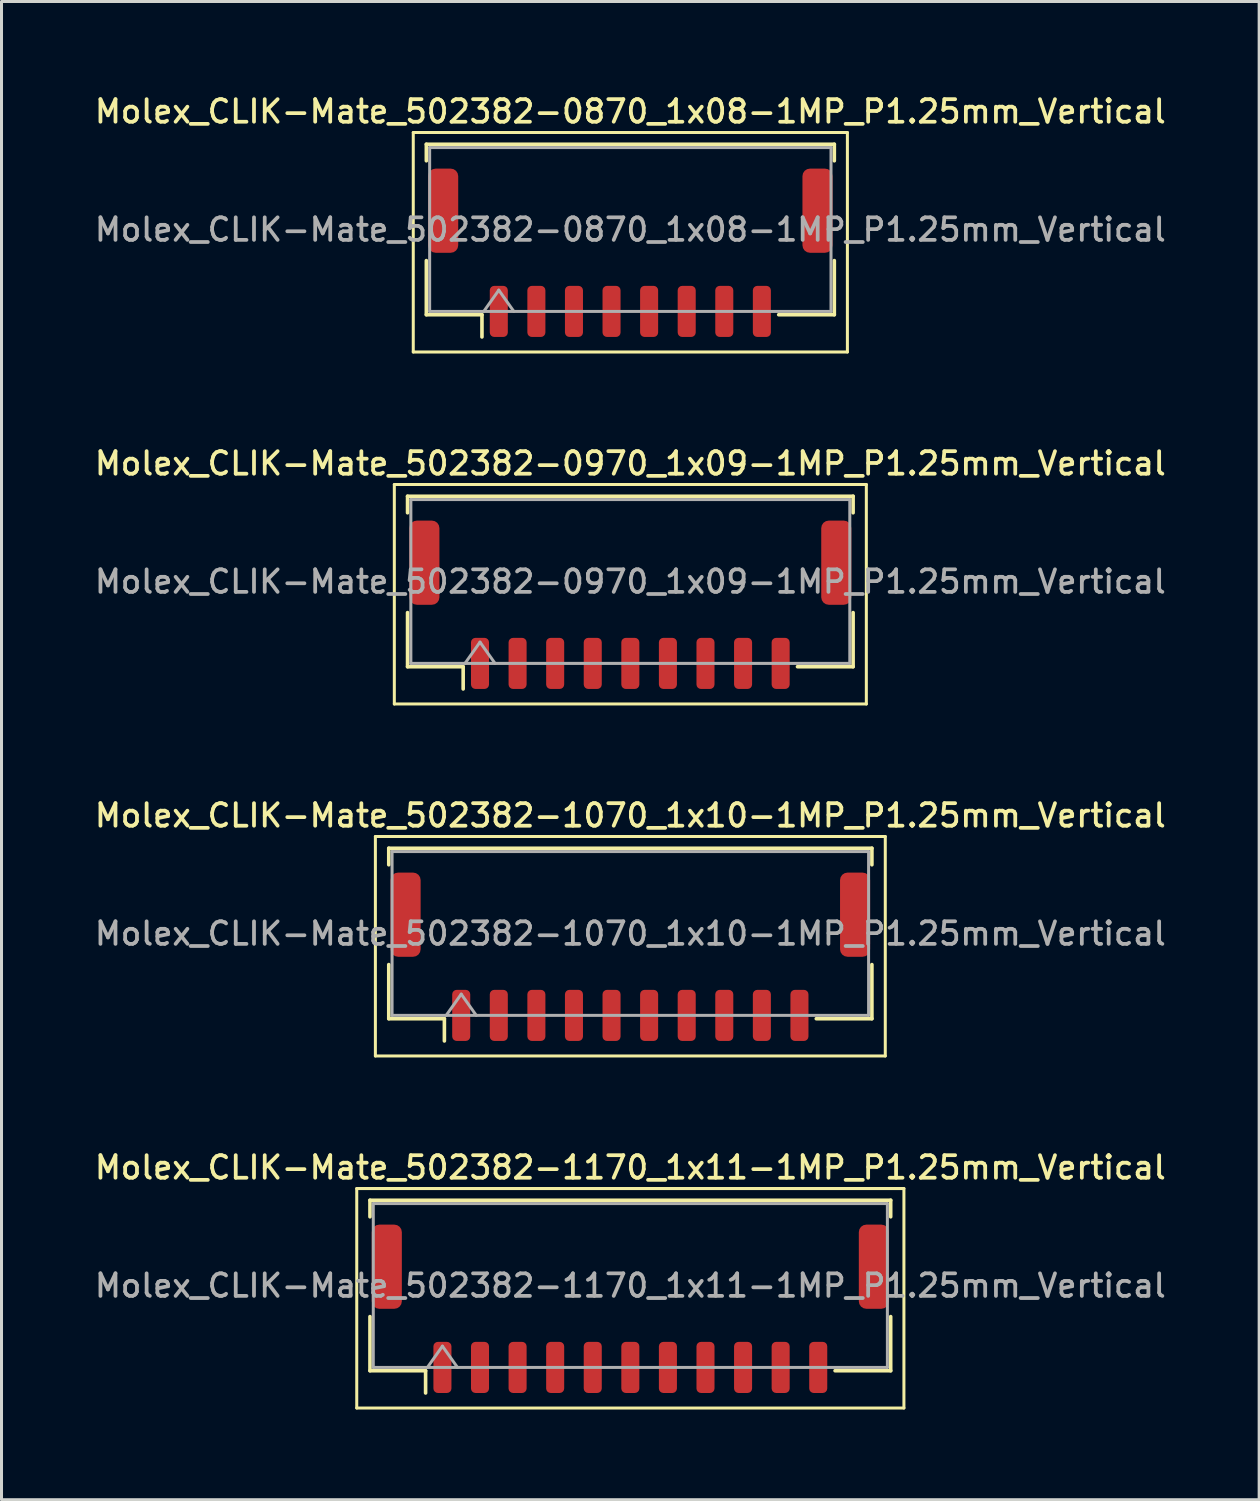
<source format=kicad_pcb>
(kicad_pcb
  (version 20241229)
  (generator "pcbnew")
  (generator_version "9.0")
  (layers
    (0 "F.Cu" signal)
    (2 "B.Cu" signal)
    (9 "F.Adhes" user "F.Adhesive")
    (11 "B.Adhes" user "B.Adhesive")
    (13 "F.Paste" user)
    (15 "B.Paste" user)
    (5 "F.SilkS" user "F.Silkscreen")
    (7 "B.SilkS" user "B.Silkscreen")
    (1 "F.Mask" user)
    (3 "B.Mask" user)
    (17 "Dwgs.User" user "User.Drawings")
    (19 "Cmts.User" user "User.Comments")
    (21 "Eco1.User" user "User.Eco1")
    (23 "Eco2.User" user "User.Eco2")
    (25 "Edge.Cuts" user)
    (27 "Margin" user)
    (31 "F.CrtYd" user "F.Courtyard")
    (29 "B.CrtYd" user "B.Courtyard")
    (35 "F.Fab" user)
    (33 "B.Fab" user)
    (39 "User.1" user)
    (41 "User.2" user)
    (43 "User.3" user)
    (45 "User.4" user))
  (footprint "Molex_CLIK-Mate_502382-0970_1x09-1MP_P1.25mm_Vertical"
    (layer "F.Cu")
    (at 17.916 17.066)
    (property "Reference" "Molex_CLIK-Mate_502382-0970_1x09-1MP_P1.25mm_Vertical" (at 0 -4.7 0) (layer "F.SilkS") (effects (font (size 0.75 0.75) (thickness 0.125))))
    (attr smd)
    (fp_line (start -7.85 -4) (end -7.85 3.3) (stroke (width 0.1) (type solid)) (layer "F.SilkS"))
    (fp_line (start -7.85 3.3) (end 7.85 3.3) (stroke (width 0.1) (type solid)) (layer "F.SilkS"))
    (fp_line (start -7.41 -3.61) (end 7.41 -3.61) (stroke (width 0.12) (type solid)) (layer "F.SilkS"))
    (fp_line (start -7.41 -3.06) (end -7.41 -3.61) (stroke (width 0.12) (type solid)) (layer "F.SilkS"))
    (fp_line (start -7.41 0.26) (end -7.41 2.06) (stroke (width 0.12) (type solid)) (layer "F.SilkS"))
    (fp_line (start -7.41 2.06) (end -5.56 2.06) (stroke (width 0.12) (type solid)) (layer "F.SilkS"))
    (fp_line (start -5.56 2.06) (end -5.56 2.8) (stroke (width 0.12) (type solid)) (layer "F.SilkS"))
    (fp_line (start 7.41 -3.61) (end 7.41 -3.06) (stroke (width 0.12) (type solid)) (layer "F.SilkS"))
    (fp_line (start 7.41 0.26) (end 7.41 2.06) (stroke (width 0.12) (type solid)) (layer "F.SilkS"))
    (fp_line (start 7.41 2.06) (end 5.56 2.06) (stroke (width 0.12) (type solid)) (layer "F.SilkS"))
    (fp_line (start 7.85 -4) (end -7.85 -4) (stroke (width 0.1) (type solid)) (layer "F.SilkS"))
    (fp_line (start 7.85 3.3) (end 7.85 -4) (stroke (width 0.1) (type solid)) (layer "F.SilkS"))
    (fp_line (start -7.3 -3.5) (end 7.3 -3.5) (stroke (width 0.1) (type solid)) (layer "F.Fab"))
    (fp_line (start -7.3 1.95) (end -7.3 -3.5) (stroke (width 0.1) (type solid)) (layer "F.Fab"))
    (fp_line (start -7.3 1.95) (end 7.3 1.95) (stroke (width 0.1) (type solid)) (layer "F.Fab"))
    (fp_line (start -5.5 1.95) (end -5 1.243) (stroke (width 0.1) (type solid)) (layer "F.Fab"))
    (fp_line (start -5 1.243) (end -4.5 1.95) (stroke (width 0.1) (type solid)) (layer "F.Fab"))
    (fp_line (start 7.3 1.95) (end 7.3 -3.5) (stroke (width 0.1) (type solid)) (layer "F.Fab"))
    (fp_text user "${REFERENCE}" (at 0 -0.77 0) (layer "F.Fab") (effects (font (size 0.75 0.75) (thickness 0.125))))
    (pad "1" smd roundrect (at -5 1.95) (size 0.6 1.7) (layers "F.Cu" "F.Mask" "F.Paste") (roundrect_rratio 0.25))
    (pad "2" smd roundrect (at -3.75 1.95) (size 0.6 1.7) (layers "F.Cu" "F.Mask" "F.Paste") (roundrect_rratio 0.25))
    (pad "3" smd roundrect (at -2.5 1.95) (size 0.6 1.7) (layers "F.Cu" "F.Mask" "F.Paste") (roundrect_rratio 0.25))
    (pad "4" smd roundrect (at -1.25 1.95) (size 0.6 1.7) (layers "F.Cu" "F.Mask" "F.Paste") (roundrect_rratio 0.25))
    (pad "5" smd roundrect (at 0 1.95) (size 0.6 1.7) (layers "F.Cu" "F.Mask" "F.Paste") (roundrect_rratio 0.25))
    (pad "6" smd roundrect (at 1.25 1.95) (size 0.6 1.7) (layers "F.Cu" "F.Mask" "F.Paste") (roundrect_rratio 0.25))
    (pad "7" smd roundrect (at 2.5 1.95) (size 0.6 1.7) (layers "F.Cu" "F.Mask" "F.Paste") (roundrect_rratio 0.25))
    (pad "8" smd roundrect (at 3.75 1.95) (size 0.6 1.7) (layers "F.Cu" "F.Mask" "F.Paste") (roundrect_rratio 0.25))
    (pad "9" smd roundrect (at 5 1.95) (size 0.6 1.7) (layers "F.Cu" "F.Mask" "F.Paste") (roundrect_rratio 0.25))
    (pad "MP" smd roundrect (at -6.85 -1.4) (size 1 2.8) (layers "F.Cu" "F.Mask" "F.Paste") (roundrect_rratio 0.25))
    (pad "MP" smd roundrect (at 6.85 -1.4) (size 1 2.8) (layers "F.Cu" "F.Mask" "F.Paste") (roundrect_rratio 0.25)))
  (footprint "Molex_CLIK-Mate_502382-1170_1x11-1MP_P1.25mm_Vertical"
    (layer "F.Cu")
    (at 17.916 40.483)
    (property "Reference" "Molex_CLIK-Mate_502382-1170_1x11-1MP_P1.25mm_Vertical" (at 0 -4.7 0) (layer "F.SilkS") (effects (font (size 0.75 0.75) (thickness 0.125))))
    (attr smd)
    (fp_line (start -9.1 -4) (end -9.1 3.3) (stroke (width 0.1) (type solid)) (layer "F.SilkS"))
    (fp_line (start -9.1 3.3) (end 9.1 3.3) (stroke (width 0.1) (type solid)) (layer "F.SilkS"))
    (fp_line (start -8.66 -3.61) (end 8.66 -3.61) (stroke (width 0.12) (type solid)) (layer "F.SilkS"))
    (fp_line (start -8.66 -3.06) (end -8.66 -3.61) (stroke (width 0.12) (type solid)) (layer "F.SilkS"))
    (fp_line (start -8.66 0.26) (end -8.66 2.06) (stroke (width 0.12) (type solid)) (layer "F.SilkS"))
    (fp_line (start -8.66 2.06) (end -6.81 2.06) (stroke (width 0.12) (type solid)) (layer "F.SilkS"))
    (fp_line (start -6.81 2.06) (end -6.81 2.8) (stroke (width 0.12) (type solid)) (layer "F.SilkS"))
    (fp_line (start 8.66 -3.61) (end 8.66 -3.06) (stroke (width 0.12) (type solid)) (layer "F.SilkS"))
    (fp_line (start 8.66 0.26) (end 8.66 2.06) (stroke (width 0.12) (type solid)) (layer "F.SilkS"))
    (fp_line (start 8.66 2.06) (end 6.81 2.06) (stroke (width 0.12) (type solid)) (layer "F.SilkS"))
    (fp_line (start 9.1 -4) (end -9.1 -4) (stroke (width 0.1) (type solid)) (layer "F.SilkS"))
    (fp_line (start 9.1 3.3) (end 9.1 -4) (stroke (width 0.1) (type solid)) (layer "F.SilkS"))
    (fp_line (start -8.55 -3.5) (end 8.55 -3.5) (stroke (width 0.1) (type solid)) (layer "F.Fab"))
    (fp_line (start -8.55 1.95) (end -8.55 -3.5) (stroke (width 0.1) (type solid)) (layer "F.Fab"))
    (fp_line (start -8.55 1.95) (end 8.55 1.95) (stroke (width 0.1) (type solid)) (layer "F.Fab"))
    (fp_line (start -6.75 1.95) (end -6.25 1.243) (stroke (width 0.1) (type solid)) (layer "F.Fab"))
    (fp_line (start -6.25 1.243) (end -5.75 1.95) (stroke (width 0.1) (type solid)) (layer "F.Fab"))
    (fp_line (start 8.55 1.95) (end 8.55 -3.5) (stroke (width 0.1) (type solid)) (layer "F.Fab"))
    (fp_text user "${REFERENCE}" (at 0 -0.77 0) (layer "F.Fab") (effects (font (size 0.75 0.75) (thickness 0.125))))
    (pad "1" smd roundrect (at -6.25 1.95) (size 0.6 1.7) (layers "F.Cu" "F.Mask" "F.Paste") (roundrect_rratio 0.25))
    (pad "2" smd roundrect (at -5 1.95) (size 0.6 1.7) (layers "F.Cu" "F.Mask" "F.Paste") (roundrect_rratio 0.25))
    (pad "3" smd roundrect (at -3.75 1.95) (size 0.6 1.7) (layers "F.Cu" "F.Mask" "F.Paste") (roundrect_rratio 0.25))
    (pad "4" smd roundrect (at -2.5 1.95) (size 0.6 1.7) (layers "F.Cu" "F.Mask" "F.Paste") (roundrect_rratio 0.25))
    (pad "5" smd roundrect (at -1.25 1.95) (size 0.6 1.7) (layers "F.Cu" "F.Mask" "F.Paste") (roundrect_rratio 0.25))
    (pad "6" smd roundrect (at 0 1.95) (size 0.6 1.7) (layers "F.Cu" "F.Mask" "F.Paste") (roundrect_rratio 0.25))
    (pad "7" smd roundrect (at 1.25 1.95) (size 0.6 1.7) (layers "F.Cu" "F.Mask" "F.Paste") (roundrect_rratio 0.25))
    (pad "8" smd roundrect (at 2.5 1.95) (size 0.6 1.7) (layers "F.Cu" "F.Mask" "F.Paste") (roundrect_rratio 0.25))
    (pad "9" smd roundrect (at 3.75 1.95) (size 0.6 1.7) (layers "F.Cu" "F.Mask" "F.Paste") (roundrect_rratio 0.25))
    (pad "10" smd roundrect (at 5 1.95) (size 0.6 1.7) (layers "F.Cu" "F.Mask" "F.Paste") (roundrect_rratio 0.25))
    (pad "11" smd roundrect (at 6.25 1.95) (size 0.6 1.7) (layers "F.Cu" "F.Mask" "F.Paste") (roundrect_rratio 0.25))
    (pad "MP" smd roundrect (at -8.1 -1.4) (size 1 2.8) (layers "F.Cu" "F.Mask" "F.Paste") (roundrect_rratio 0.25))
    (pad "MP" smd roundrect (at 8.1 -1.4) (size 1 2.8) (layers "F.Cu" "F.Mask" "F.Paste") (roundrect_rratio 0.25)))
  (footprint "Molex_CLIK-Mate_502382-0870_1x08-1MP_P1.25mm_Vertical"
    (layer "F.Cu")
    (at 17.916 5.358)
    (property "Reference" "Molex_CLIK-Mate_502382-0870_1x08-1MP_P1.25mm_Vertical" (at 0 -4.7 0) (layer "F.SilkS") (effects (font (size 0.75 0.75) (thickness 0.125))))
    (attr smd)
    (fp_line (start -7.22 -4) (end -7.22 3.3) (stroke (width 0.1) (type solid)) (layer "F.SilkS"))
    (fp_line (start -7.22 3.3) (end 7.22 3.3) (stroke (width 0.1) (type solid)) (layer "F.SilkS"))
    (fp_line (start -6.785 -3.61) (end 6.785 -3.61) (stroke (width 0.12) (type solid)) (layer "F.SilkS"))
    (fp_line (start -6.785 -3.06) (end -6.785 -3.61) (stroke (width 0.12) (type solid)) (layer "F.SilkS"))
    (fp_line (start -6.785 0.26) (end -6.785 2.06) (stroke (width 0.12) (type solid)) (layer "F.SilkS"))
    (fp_line (start -6.785 2.06) (end -4.935 2.06) (stroke (width 0.12) (type solid)) (layer "F.SilkS"))
    (fp_line (start -4.935 2.06) (end -4.935 2.8) (stroke (width 0.12) (type solid)) (layer "F.SilkS"))
    (fp_line (start 6.785 -3.61) (end 6.785 -3.06) (stroke (width 0.12) (type solid)) (layer "F.SilkS"))
    (fp_line (start 6.785 0.26) (end 6.785 2.06) (stroke (width 0.12) (type solid)) (layer "F.SilkS"))
    (fp_line (start 6.785 2.06) (end 4.935 2.06) (stroke (width 0.12) (type solid)) (layer "F.SilkS"))
    (fp_line (start 7.22 -4) (end -7.22 -4) (stroke (width 0.1) (type solid)) (layer "F.SilkS"))
    (fp_line (start 7.22 3.3) (end 7.22 -4) (stroke (width 0.1) (type solid)) (layer "F.SilkS"))
    (fp_line (start -6.675 -3.5) (end 6.675 -3.5) (stroke (width 0.1) (type solid)) (layer "F.Fab"))
    (fp_line (start -6.675 1.95) (end -6.675 -3.5) (stroke (width 0.1) (type solid)) (layer "F.Fab"))
    (fp_line (start -6.675 1.95) (end 6.675 1.95) (stroke (width 0.1) (type solid)) (layer "F.Fab"))
    (fp_line (start -4.875 1.95) (end -4.375 1.243) (stroke (width 0.1) (type solid)) (layer "F.Fab"))
    (fp_line (start -4.375 1.243) (end -3.875 1.95) (stroke (width 0.1) (type solid)) (layer "F.Fab"))
    (fp_line (start 6.675 1.95) (end 6.675 -3.5) (stroke (width 0.1) (type solid)) (layer "F.Fab"))
    (fp_text user "${REFERENCE}" (at 0 -0.77 0) (layer "F.Fab") (effects (font (size 0.75 0.75) (thickness 0.125))))
    (pad "1" smd roundrect (at -4.375 1.95) (size 0.6 1.7) (layers "F.Cu" "F.Mask" "F.Paste") (roundrect_rratio 0.25))
    (pad "2" smd roundrect (at -3.125 1.95) (size 0.6 1.7) (layers "F.Cu" "F.Mask" "F.Paste") (roundrect_rratio 0.25))
    (pad "3" smd roundrect (at -1.875 1.95) (size 0.6 1.7) (layers "F.Cu" "F.Mask" "F.Paste") (roundrect_rratio 0.25))
    (pad "4" smd roundrect (at -0.625 1.95) (size 0.6 1.7) (layers "F.Cu" "F.Mask" "F.Paste") (roundrect_rratio 0.25))
    (pad "5" smd roundrect (at 0.625 1.95) (size 0.6 1.7) (layers "F.Cu" "F.Mask" "F.Paste") (roundrect_rratio 0.25))
    (pad "6" smd roundrect (at 1.875 1.95) (size 0.6 1.7) (layers "F.Cu" "F.Mask" "F.Paste") (roundrect_rratio 0.25))
    (pad "7" smd roundrect (at 3.125 1.95) (size 0.6 1.7) (layers "F.Cu" "F.Mask" "F.Paste") (roundrect_rratio 0.25))
    (pad "8" smd roundrect (at 4.375 1.95) (size 0.6 1.7) (layers "F.Cu" "F.Mask" "F.Paste") (roundrect_rratio 0.25))
    (pad "MP" smd roundrect (at -6.225 -1.4) (size 1 2.8) (layers "F.Cu" "F.Mask" "F.Paste") (roundrect_rratio 0.25))
    (pad "MP" smd roundrect (at 6.225 -1.4) (size 1 2.8) (layers "F.Cu" "F.Mask" "F.Paste") (roundrect_rratio 0.25)))
  (footprint "Molex_CLIK-Mate_502382-1070_1x10-1MP_P1.25mm_Vertical"
    (layer "F.Cu")
    (at 17.916 28.774)
    (property "Reference" "Molex_CLIK-Mate_502382-1070_1x10-1MP_P1.25mm_Vertical" (at 0 -4.7 0) (layer "F.SilkS") (effects (font (size 0.75 0.75) (thickness 0.125))))
    (attr smd)
    (fp_line (start -8.48 -4) (end -8.48 3.3) (stroke (width 0.1) (type solid)) (layer "F.SilkS"))
    (fp_line (start -8.48 3.3) (end 8.48 3.3) (stroke (width 0.1) (type solid)) (layer "F.SilkS"))
    (fp_line (start -8.035 -3.61) (end 8.035 -3.61) (stroke (width 0.12) (type solid)) (layer "F.SilkS"))
    (fp_line (start -8.035 -3.06) (end -8.035 -3.61) (stroke (width 0.12) (type solid)) (layer "F.SilkS"))
    (fp_line (start -8.035 0.26) (end -8.035 2.06) (stroke (width 0.12) (type solid)) (layer "F.SilkS"))
    (fp_line (start -8.035 2.06) (end -6.185 2.06) (stroke (width 0.12) (type solid)) (layer "F.SilkS"))
    (fp_line (start -6.185 2.06) (end -6.185 2.8) (stroke (width 0.12) (type solid)) (layer "F.SilkS"))
    (fp_line (start 8.035 -3.61) (end 8.035 -3.06) (stroke (width 0.12) (type solid)) (layer "F.SilkS"))
    (fp_line (start 8.035 0.26) (end 8.035 2.06) (stroke (width 0.12) (type solid)) (layer "F.SilkS"))
    (fp_line (start 8.035 2.06) (end 6.185 2.06) (stroke (width 0.12) (type solid)) (layer "F.SilkS"))
    (fp_line (start 8.48 -4) (end -8.48 -4) (stroke (width 0.1) (type solid)) (layer "F.SilkS"))
    (fp_line (start 8.48 3.3) (end 8.48 -4) (stroke (width 0.1) (type solid)) (layer "F.SilkS"))
    (fp_line (start -7.925 -3.5) (end 7.925 -3.5) (stroke (width 0.1) (type solid)) (layer "F.Fab"))
    (fp_line (start -7.925 1.95) (end -7.925 -3.5) (stroke (width 0.1) (type solid)) (layer "F.Fab"))
    (fp_line (start -7.925 1.95) (end 7.925 1.95) (stroke (width 0.1) (type solid)) (layer "F.Fab"))
    (fp_line (start -6.125 1.95) (end -5.625 1.243) (stroke (width 0.1) (type solid)) (layer "F.Fab"))
    (fp_line (start -5.625 1.243) (end -5.125 1.95) (stroke (width 0.1) (type solid)) (layer "F.Fab"))
    (fp_line (start 7.925 1.95) (end 7.925 -3.5) (stroke (width 0.1) (type solid)) (layer "F.Fab"))
    (fp_text user "${REFERENCE}" (at 0 -0.77 0) (layer "F.Fab") (effects (font (size 0.75 0.75) (thickness 0.125))))
    (pad "1" smd roundrect (at -5.625 1.95) (size 0.6 1.7) (layers "F.Cu" "F.Mask" "F.Paste") (roundrect_rratio 0.25))
    (pad "2" smd roundrect (at -4.375 1.95) (size 0.6 1.7) (layers "F.Cu" "F.Mask" "F.Paste") (roundrect_rratio 0.25))
    (pad "3" smd roundrect (at -3.125 1.95) (size 0.6 1.7) (layers "F.Cu" "F.Mask" "F.Paste") (roundrect_rratio 0.25))
    (pad "4" smd roundrect (at -1.875 1.95) (size 0.6 1.7) (layers "F.Cu" "F.Mask" "F.Paste") (roundrect_rratio 0.25))
    (pad "5" smd roundrect (at -0.625 1.95) (size 0.6 1.7) (layers "F.Cu" "F.Mask" "F.Paste") (roundrect_rratio 0.25))
    (pad "6" smd roundrect (at 0.625 1.95) (size 0.6 1.7) (layers "F.Cu" "F.Mask" "F.Paste") (roundrect_rratio 0.25))
    (pad "7" smd roundrect (at 1.875 1.95) (size 0.6 1.7) (layers "F.Cu" "F.Mask" "F.Paste") (roundrect_rratio 0.25))
    (pad "8" smd roundrect (at 3.125 1.95) (size 0.6 1.7) (layers "F.Cu" "F.Mask" "F.Paste") (roundrect_rratio 0.25))
    (pad "9" smd roundrect (at 4.375 1.95) (size 0.6 1.7) (layers "F.Cu" "F.Mask" "F.Paste") (roundrect_rratio 0.25))
    (pad "10" smd roundrect (at 5.625 1.95) (size 0.6 1.7) (layers "F.Cu" "F.Mask" "F.Paste") (roundrect_rratio 0.25))
    (pad "MP" smd roundrect (at -7.475 -1.4) (size 1 2.8) (layers "F.Cu" "F.Mask" "F.Paste") (roundrect_rratio 0.25))
    (pad "MP" smd roundrect (at 7.475 -1.4) (size 1 2.8) (layers "F.Cu" "F.Mask" "F.Paste") (roundrect_rratio 0.25)))
  (gr_rect
    (start -3 -3)
    (end 38.832 46.833)
    (stroke (width 0.1) (type default))
    (fill no)
    (layer "Edge.Cuts")))
</source>
